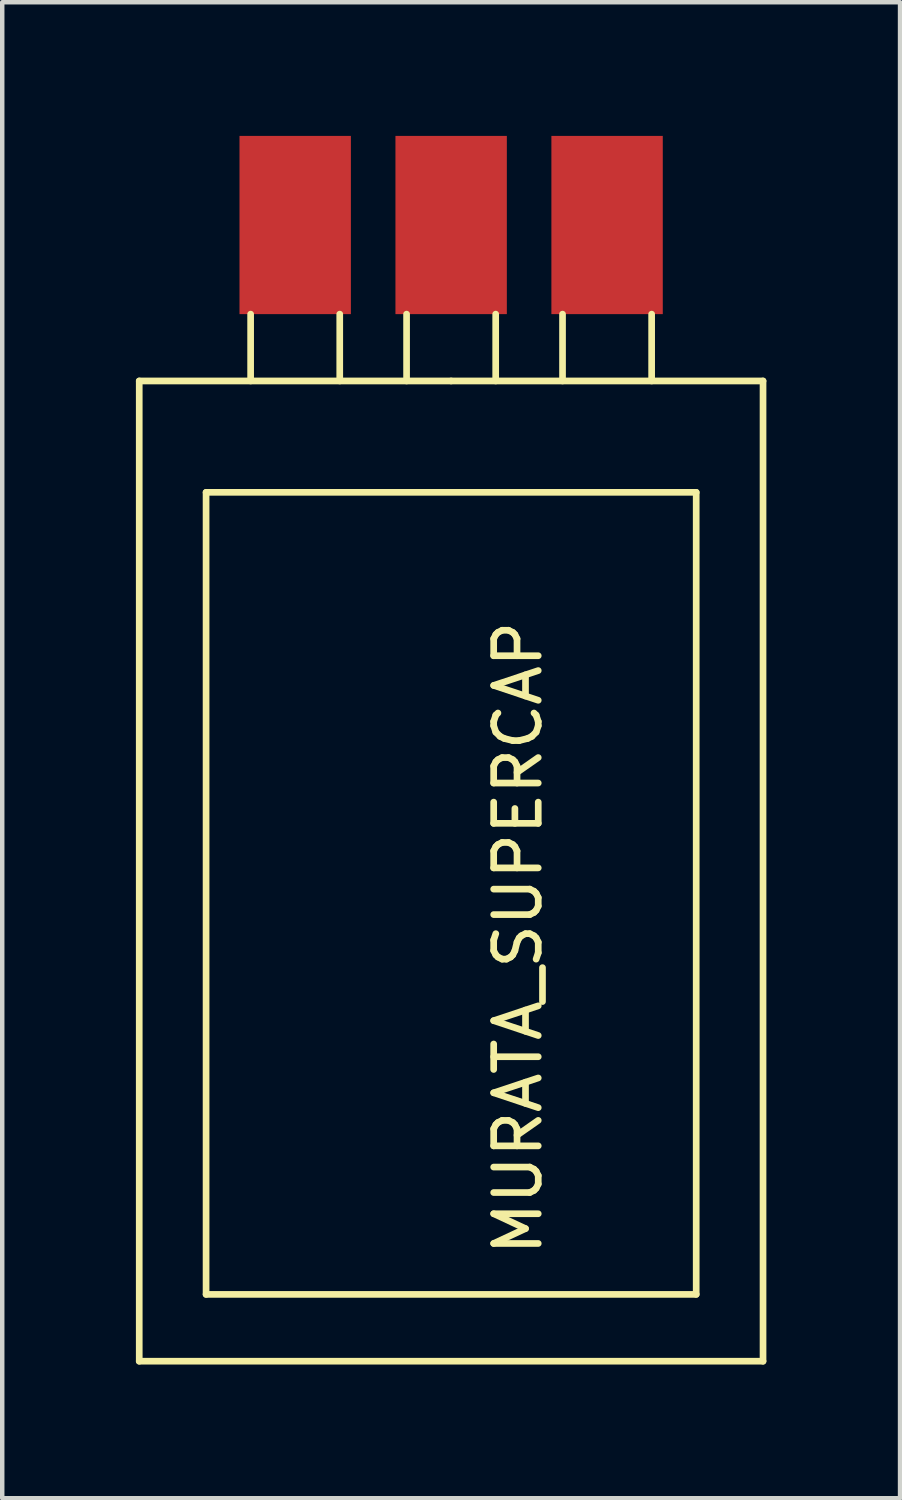
<source format=kicad_pcb>
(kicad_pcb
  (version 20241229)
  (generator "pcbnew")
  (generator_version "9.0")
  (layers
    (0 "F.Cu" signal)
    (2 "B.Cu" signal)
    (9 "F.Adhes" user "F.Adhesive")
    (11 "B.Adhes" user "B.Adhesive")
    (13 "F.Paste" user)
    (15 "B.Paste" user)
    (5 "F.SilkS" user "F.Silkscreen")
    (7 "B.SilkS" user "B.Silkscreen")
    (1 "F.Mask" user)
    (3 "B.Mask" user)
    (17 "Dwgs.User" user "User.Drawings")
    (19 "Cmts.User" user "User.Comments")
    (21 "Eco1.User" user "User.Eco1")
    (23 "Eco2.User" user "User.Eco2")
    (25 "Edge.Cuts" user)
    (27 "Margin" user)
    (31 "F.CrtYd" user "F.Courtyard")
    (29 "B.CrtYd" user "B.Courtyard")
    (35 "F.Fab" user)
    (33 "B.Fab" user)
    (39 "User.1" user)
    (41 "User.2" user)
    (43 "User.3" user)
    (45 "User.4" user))
  (footprint "MURATA_SUPERCAP"
    (layer "F.Cu")
    (at 7.075 2)
    (property "Reference" "MURATA_SUPERCAP" (at 1.5 16 90) (layer "F.SilkS") (effects (font (size 1 1) (thickness 0.15))))
    (attr through_hole)
    (fp_line (start -7 3.5) (end -7 25.5) (stroke (width 0.15) (type solid)) (layer "F.SilkS"))
    (fp_line (start -7 25.5) (end 7 25.5) (stroke (width 0.15) (type solid)) (layer "F.SilkS"))
    (fp_line (start -5.5 6) (end -5.5 24) (stroke (width 0.15) (type solid)) (layer "F.SilkS"))
    (fp_line (start -5.5 24) (end 5.5 24) (stroke (width 0.15) (type solid)) (layer "F.SilkS"))
    (fp_line (start -4.5 2) (end -4.5 3.5) (stroke (width 0.15) (type solid)) (layer "F.SilkS"))
    (fp_line (start -2.5 2) (end -2.5 3.5) (stroke (width 0.15) (type solid)) (layer "F.SilkS"))
    (fp_line (start -1 2) (end -1 3.5) (stroke (width 0.15) (type solid)) (layer "F.SilkS"))
    (fp_line (start 0 3.5) (end -7 3.5) (stroke (width 0.15) (type solid)) (layer "F.SilkS"))
    (fp_line (start 1 2) (end 1 3.5) (stroke (width 0.15) (type solid)) (layer "F.SilkS"))
    (fp_line (start 2.5 2) (end 2.5 3.5) (stroke (width 0.15) (type solid)) (layer "F.SilkS"))
    (fp_line (start 4.5 2) (end 4.5 3.5) (stroke (width 0.15) (type solid)) (layer "F.SilkS"))
    (fp_line (start 5.5 6) (end -5.5 6) (stroke (width 0.15) (type solid)) (layer "F.SilkS"))
    (fp_line (start 5.5 24) (end 5.5 6) (stroke (width 0.15) (type solid)) (layer "F.SilkS"))
    (fp_line (start 7 3.5) (end 0 3.5) (stroke (width 0.15) (type solid)) (layer "F.SilkS"))
    (fp_line (start 7 25.5) (end 7 3.5) (stroke (width 0.15) (type solid)) (layer "F.SilkS"))
    (pad "1" smd rect (at -3.5 0) (size 2.5 4) (layers "F.Cu" "F.Mask" "F.Paste"))
    (pad "2" smd rect (at 0 0) (size 2.5 4) (layers "F.Cu" "F.Mask" "F.Paste"))
    (pad "3" smd rect (at 3.5 0) (size 2.5 4) (layers "F.Cu" "F.Mask" "F.Paste")))
  (gr_rect
    (start -3 -3)
    (end 17.15 30.575)
    (stroke (width 0.1) (type default))
    (fill no)
    (layer "Edge.Cuts")))
</source>
